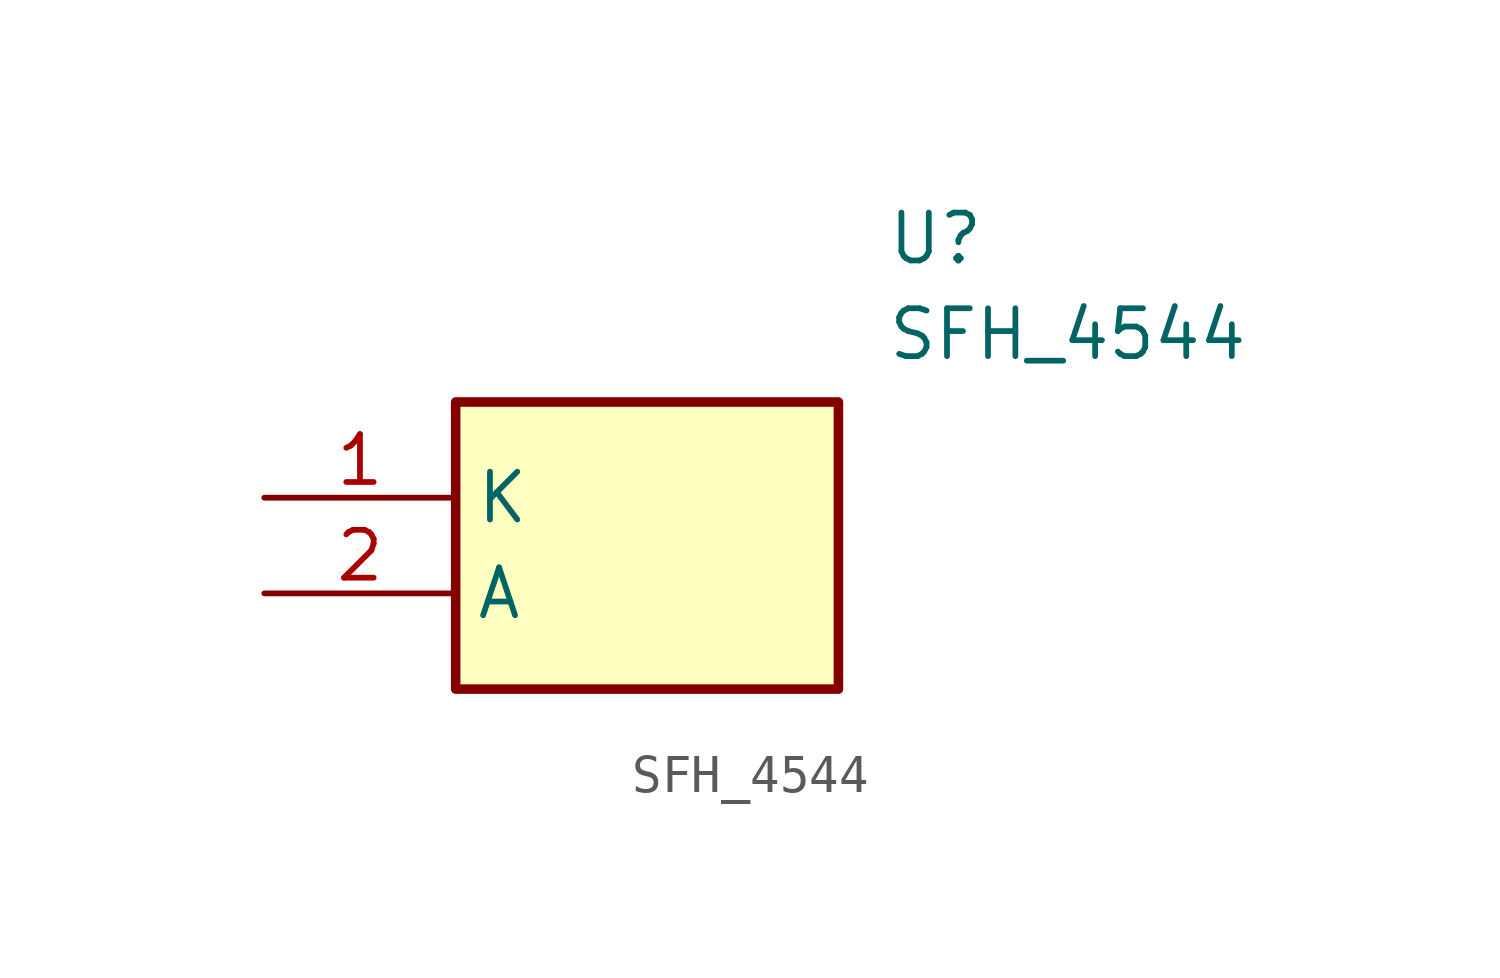
<source format=kicad_sym>
(kicad_symbol_lib
  (version 20211014)
  (generator SamacSys_ECAD_Model)
  (symbol "SFH_4544"
    (property "Reference" "U"
      (at 16.51 7.62 0)
      (effects (font (size 1.27 1.27)) (justify left top)))
    (property "Value" "SFH_4544"
      (at 16.51 5.08 0)
      (effects (font (size 1.27 1.27)) (justify left top)))
    (rectangle
      (start 5.08 2.54)
      (end 15.24 -5.08)
      (stroke (width 0.254) (type default))
      (fill (type background)))
    (pin passive line
      (at 0 0 0)
      (length 5.08)
      (name "K" (effects (font (size 1.27 1.27))))
      (number "1" (effects (font (size 1.27 1.27)))))
    (pin passive line
      (at 0 -2.54 0)
      (length 5.08)
      (name "A" (effects (font (size 1.27 1.27))))
      (number "2" (effects (font (size 1.27 1.27)))))))
</source>
